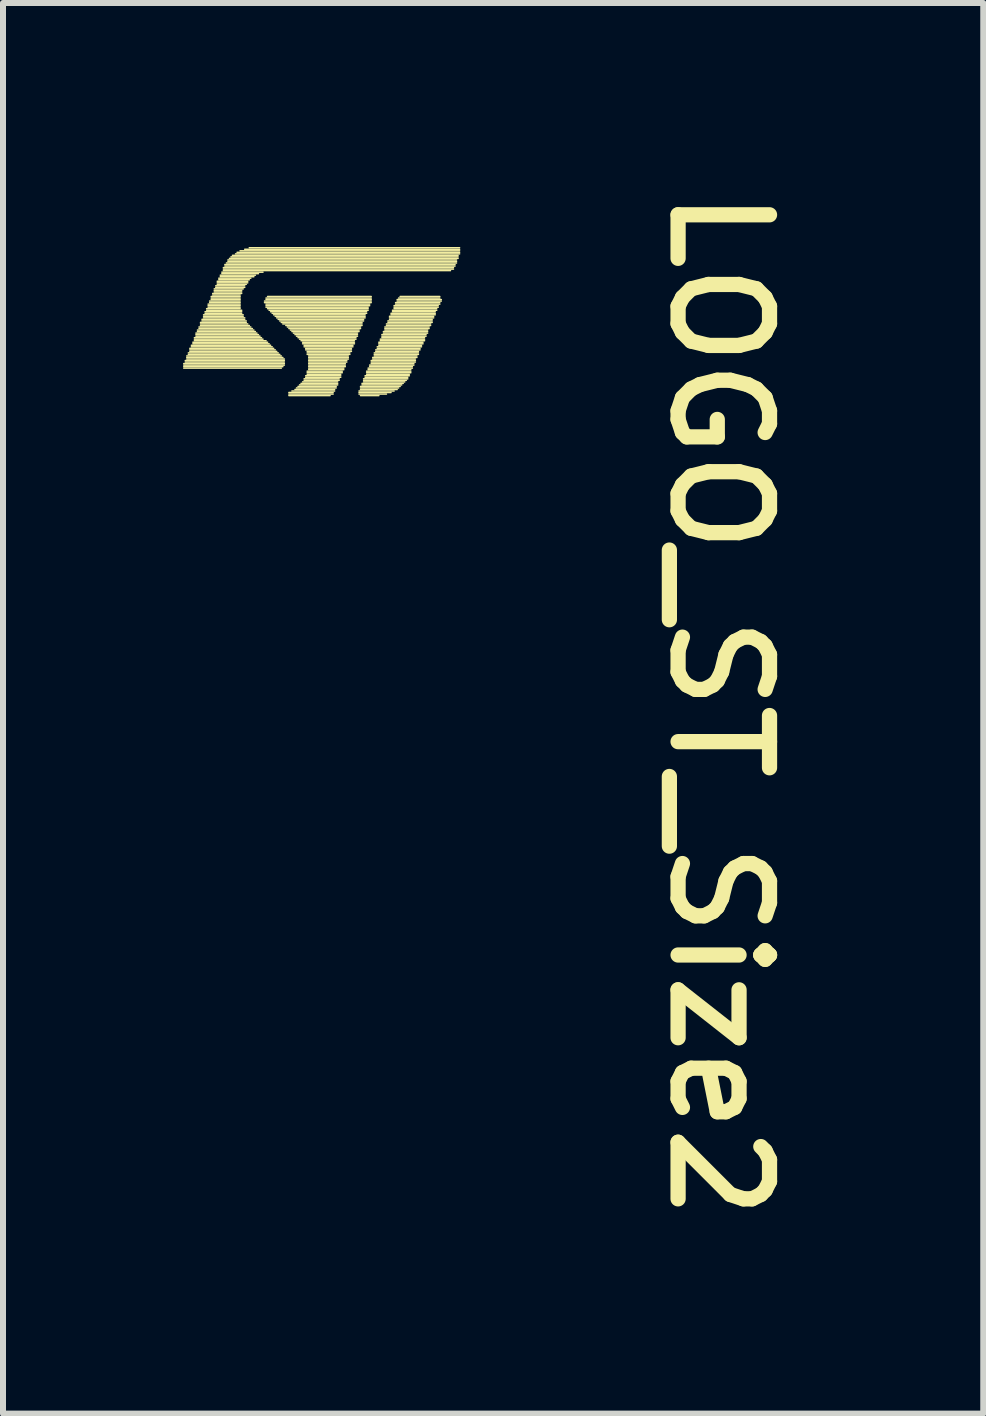
<source format=kicad_pcb>
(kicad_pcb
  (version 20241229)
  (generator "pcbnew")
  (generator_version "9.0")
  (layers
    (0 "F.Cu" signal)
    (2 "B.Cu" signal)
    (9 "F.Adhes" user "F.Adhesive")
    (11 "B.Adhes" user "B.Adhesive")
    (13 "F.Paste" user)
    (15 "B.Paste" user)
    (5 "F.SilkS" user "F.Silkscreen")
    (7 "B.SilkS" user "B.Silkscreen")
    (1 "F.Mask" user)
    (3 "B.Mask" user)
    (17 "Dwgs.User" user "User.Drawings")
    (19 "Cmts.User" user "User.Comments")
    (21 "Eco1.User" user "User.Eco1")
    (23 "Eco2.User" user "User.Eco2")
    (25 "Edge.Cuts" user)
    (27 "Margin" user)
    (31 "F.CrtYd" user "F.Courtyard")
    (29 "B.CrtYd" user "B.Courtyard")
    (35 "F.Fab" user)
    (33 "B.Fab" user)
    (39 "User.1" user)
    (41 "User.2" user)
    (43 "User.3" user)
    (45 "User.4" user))
  (footprint "LOGO_ST_Size2"
    (layer "F.Cu")
    (at 2.324 2.324)
    (property "Reference" "LOGO_ST_Size2" (at 5.728 -2.324 270) (unlocked yes) (layer "F.SilkS") (effects (font (size 1.524 1.524) (thickness 0.254)) (justify left bottom)))
    (fp_line (start -2.311 0.686) (end -0.635 0.686) (stroke (width 0.025) (type solid)) (layer "F.SilkS"))
    (fp_line (start -2.311 0.711) (end -0.635 0.711) (stroke (width 0.025) (type solid)) (layer "F.SilkS"))
    (fp_line (start -2.311 0.737) (end -0.66 0.737) (stroke (width 0.025) (type solid)) (layer "F.SilkS"))
    (fp_line (start -2.311 0.762) (end -0.686 0.762) (stroke (width 0.025) (type solid)) (layer "F.SilkS"))
    (fp_line (start -2.286 0.635) (end -0.635 0.635) (stroke (width 0.025) (type solid)) (layer "F.SilkS"))
    (fp_line (start -2.286 0.66) (end -0.635 0.66) (stroke (width 0.025) (type solid)) (layer "F.SilkS"))
    (fp_line (start -2.261 0.559) (end -0.686 0.559) (stroke (width 0.025) (type solid)) (layer "F.SilkS"))
    (fp_line (start -2.261 0.584) (end -0.66 0.584) (stroke (width 0.025) (type solid)) (layer "F.SilkS"))
    (fp_line (start -2.261 0.61) (end -0.635 0.61) (stroke (width 0.025) (type solid)) (layer "F.SilkS"))
    (fp_line (start -2.235 0.508) (end -0.737 0.508) (stroke (width 0.025) (type solid)) (layer "F.SilkS"))
    (fp_line (start -2.235 0.533) (end -0.711 0.533) (stroke (width 0.025) (type solid)) (layer "F.SilkS"))
    (fp_line (start -2.21 0.432) (end -0.813 0.432) (stroke (width 0.025) (type solid)) (layer "F.SilkS"))
    (fp_line (start -2.21 0.457) (end -0.787 0.457) (stroke (width 0.025) (type solid)) (layer "F.SilkS"))
    (fp_line (start -2.21 0.483) (end -0.762 0.483) (stroke (width 0.025) (type solid)) (layer "F.SilkS"))
    (fp_line (start -2.184 0.381) (end -0.864 0.381) (stroke (width 0.025) (type solid)) (layer "F.SilkS"))
    (fp_line (start -2.184 0.406) (end -0.838 0.406) (stroke (width 0.025) (type solid)) (layer "F.SilkS"))
    (fp_line (start -2.159 0.33) (end -0.914 0.33) (stroke (width 0.025) (type solid)) (layer "F.SilkS"))
    (fp_line (start -2.159 0.356) (end -0.889 0.356) (stroke (width 0.025) (type solid)) (layer "F.SilkS"))
    (fp_line (start -2.134 0.254) (end -1.016 0.254) (stroke (width 0.025) (type solid)) (layer "F.SilkS"))
    (fp_line (start -2.134 0.279) (end -0.991 0.279) (stroke (width 0.025) (type solid)) (layer "F.SilkS"))
    (fp_line (start -2.134 0.305) (end -0.94 0.305) (stroke (width 0.025) (type solid)) (layer "F.SilkS"))
    (fp_line (start -2.108 0.178) (end -1.092 0.178) (stroke (width 0.025) (type solid)) (layer "F.SilkS"))
    (fp_line (start -2.108 0.203) (end -1.067 0.203) (stroke (width 0.025) (type solid)) (layer "F.SilkS"))
    (fp_line (start -2.108 0.229) (end -1.041 0.229) (stroke (width 0.025) (type solid)) (layer "F.SilkS"))
    (fp_line (start -2.083 0.127) (end -1.143 0.127) (stroke (width 0.025) (type solid)) (layer "F.SilkS"))
    (fp_line (start -2.083 0.152) (end -1.118 0.152) (stroke (width 0.025) (type solid)) (layer "F.SilkS"))
    (fp_line (start -2.057 0.076) (end -1.194 0.076) (stroke (width 0.025) (type solid)) (layer "F.SilkS"))
    (fp_line (start -2.057 0.102) (end -1.168 0.102) (stroke (width 0.025) (type solid)) (layer "F.SilkS"))
    (fp_line (start -2.032 0) (end -1.27 0) (stroke (width 0.025) (type solid)) (layer "F.SilkS"))
    (fp_line (start -2.032 0.025) (end -1.245 0.025) (stroke (width 0.025) (type solid)) (layer "F.SilkS"))
    (fp_line (start -2.032 0.051) (end -1.219 0.051) (stroke (width 0.025) (type solid)) (layer "F.SilkS"))
    (fp_line (start -2.007 -0.051) (end -1.295 -0.051) (stroke (width 0.025) (type solid)) (layer "F.SilkS"))
    (fp_line (start -2.007 -0.025) (end -1.27 -0.025) (stroke (width 0.025) (type solid)) (layer "F.SilkS"))
    (fp_line (start -1.981 -0.127) (end -1.321 -0.127) (stroke (width 0.025) (type solid)) (layer "F.SilkS"))
    (fp_line (start -1.981 -0.102) (end -1.321 -0.102) (stroke (width 0.025) (type solid)) (layer "F.SilkS"))
    (fp_line (start -1.981 -0.076) (end -1.295 -0.076) (stroke (width 0.025) (type solid)) (layer "F.SilkS"))
    (fp_line (start -1.956 -0.178) (end -1.346 -0.178) (stroke (width 0.025) (type solid)) (layer "F.SilkS"))
    (fp_line (start -1.956 -0.152) (end -1.346 -0.152) (stroke (width 0.025) (type solid)) (layer "F.SilkS"))
    (fp_line (start -1.93 -0.229) (end -1.372 -0.229) (stroke (width 0.025) (type solid)) (layer "F.SilkS"))
    (fp_line (start -1.93 -0.203) (end -1.346 -0.203) (stroke (width 0.025) (type solid)) (layer "F.SilkS"))
    (fp_line (start -1.905 -0.305) (end -1.372 -0.305) (stroke (width 0.025) (type solid)) (layer "F.SilkS"))
    (fp_line (start -1.905 -0.279) (end -1.372 -0.279) (stroke (width 0.025) (type solid)) (layer "F.SilkS"))
    (fp_line (start -1.905 -0.254) (end -1.372 -0.254) (stroke (width 0.025) (type solid)) (layer "F.SilkS"))
    (fp_line (start -1.88 -0.356) (end -1.372 -0.356) (stroke (width 0.025) (type solid)) (layer "F.SilkS"))
    (fp_line (start -1.88 -0.33) (end -1.372 -0.33) (stroke (width 0.025) (type solid)) (layer "F.SilkS"))
    (fp_line (start -1.854 -0.432) (end -1.372 -0.432) (stroke (width 0.025) (type solid)) (layer "F.SilkS"))
    (fp_line (start -1.854 -0.406) (end -1.372 -0.406) (stroke (width 0.025) (type solid)) (layer "F.SilkS"))
    (fp_line (start -1.854 -0.381) (end -1.372 -0.381) (stroke (width 0.025) (type solid)) (layer "F.SilkS"))
    (fp_line (start -1.829 -0.483) (end -1.346 -0.483) (stroke (width 0.025) (type solid)) (layer "F.SilkS"))
    (fp_line (start -1.829 -0.457) (end -1.372 -0.457) (stroke (width 0.025) (type solid)) (layer "F.SilkS"))
    (fp_line (start -1.803 -0.559) (end -1.321 -0.559) (stroke (width 0.025) (type solid)) (layer "F.SilkS"))
    (fp_line (start -1.803 -0.533) (end -1.346 -0.533) (stroke (width 0.025) (type solid)) (layer "F.SilkS"))
    (fp_line (start -1.803 -0.508) (end -1.346 -0.508) (stroke (width 0.025) (type solid)) (layer "F.SilkS"))
    (fp_line (start -1.778 -0.61) (end -1.295 -0.61) (stroke (width 0.025) (type solid)) (layer "F.SilkS"))
    (fp_line (start -1.778 -0.584) (end -1.295 -0.584) (stroke (width 0.025) (type solid)) (layer "F.SilkS"))
    (fp_line (start -1.753 -0.686) (end -1.245 -0.686) (stroke (width 0.025) (type solid)) (layer "F.SilkS"))
    (fp_line (start -1.753 -0.66) (end -1.245 -0.66) (stroke (width 0.025) (type solid)) (layer "F.SilkS"))
    (fp_line (start -1.753 -0.635) (end -1.27 -0.635) (stroke (width 0.025) (type solid)) (layer "F.SilkS"))
    (fp_line (start -1.727 -0.737) (end -1.194 -0.737) (stroke (width 0.025) (type solid)) (layer "F.SilkS"))
    (fp_line (start -1.727 -0.711) (end -1.219 -0.711) (stroke (width 0.025) (type solid)) (layer "F.SilkS"))
    (fp_line (start -1.702 -0.787) (end -1.118 -0.787) (stroke (width 0.025) (type solid)) (layer "F.SilkS"))
    (fp_line (start -1.702 -0.762) (end -1.143 -0.762) (stroke (width 0.025) (type solid)) (layer "F.SilkS"))
    (fp_line (start -1.676 -0.838) (end -0.991 -0.838) (stroke (width 0.025) (type solid)) (layer "F.SilkS"))
    (fp_line (start -1.676 -0.813) (end -1.067 -0.813) (stroke (width 0.025) (type solid)) (layer "F.SilkS"))
    (fp_line (start -1.651 -0.914) (end 2.184 -0.914) (stroke (width 0.025) (type solid)) (layer "F.SilkS"))
    (fp_line (start -1.651 -0.889) (end 2.184 -0.889) (stroke (width 0.025) (type solid)) (layer "F.SilkS"))
    (fp_line (start -1.651 -0.864) (end 2.134 -0.864) (stroke (width 0.025) (type solid)) (layer "F.SilkS"))
    (fp_line (start -1.626 -0.965) (end 2.21 -0.965) (stroke (width 0.025) (type solid)) (layer "F.SilkS"))
    (fp_line (start -1.626 -0.94) (end 2.21 -0.94) (stroke (width 0.025) (type solid)) (layer "F.SilkS"))
    (fp_line (start -1.6 -0.991) (end 2.235 -0.991) (stroke (width 0.025) (type solid)) (layer "F.SilkS"))
    (fp_line (start -1.575 -1.041) (end 2.235 -1.041) (stroke (width 0.025) (type solid)) (layer "F.SilkS"))
    (fp_line (start -1.575 -1.016) (end 2.235 -1.016) (stroke (width 0.025) (type solid)) (layer "F.SilkS"))
    (fp_line (start -1.549 -1.067) (end 2.261 -1.067) (stroke (width 0.025) (type solid)) (layer "F.SilkS"))
    (fp_line (start -1.524 -1.092) (end 2.261 -1.092) (stroke (width 0.025) (type solid)) (layer "F.SilkS"))
    (fp_line (start -1.499 -1.118) (end 2.261 -1.118) (stroke (width 0.025) (type solid)) (layer "F.SilkS"))
    (fp_line (start -1.448 -1.143) (end 2.286 -1.143) (stroke (width 0.025) (type solid)) (layer "F.SilkS"))
    (fp_line (start -1.422 -1.168) (end 2.286 -1.168) (stroke (width 0.025) (type solid)) (layer "F.SilkS"))
    (fp_line (start -1.372 -1.194) (end 2.286 -1.194) (stroke (width 0.025) (type solid)) (layer "F.SilkS"))
    (fp_line (start -1.295 -1.219) (end 2.286 -1.219) (stroke (width 0.025) (type solid)) (layer "F.SilkS"))
    (fp_line (start -1.219 -1.245) (end 2.286 -1.245) (stroke (width 0.025) (type solid)) (layer "F.SilkS"))
    (fp_line (start -0.965 -0.356) (end 0.813 -0.356) (stroke (width 0.025) (type solid)) (layer "F.SilkS"))
    (fp_line (start -0.965 -0.33) (end 0.813 -0.33) (stroke (width 0.025) (type solid)) (layer "F.SilkS"))
    (fp_line (start -0.94 -0.406) (end 0.813 -0.406) (stroke (width 0.025) (type solid)) (layer "F.SilkS"))
    (fp_line (start -0.94 -0.381) (end 0.813 -0.381) (stroke (width 0.025) (type solid)) (layer "F.SilkS"))
    (fp_line (start -0.94 -0.305) (end 0.787 -0.305) (stroke (width 0.025) (type solid)) (layer "F.SilkS"))
    (fp_line (start -0.94 -0.279) (end 0.787 -0.279) (stroke (width 0.025) (type solid)) (layer "F.SilkS"))
    (fp_line (start -0.94 -0.254) (end 0.762 -0.254) (stroke (width 0.025) (type solid)) (layer "F.SilkS"))
    (fp_line (start -0.914 -0.432) (end 0.813 -0.432) (stroke (width 0.025) (type solid)) (layer "F.SilkS"))
    (fp_line (start -0.914 -0.229) (end 0.762 -0.229) (stroke (width 0.025) (type solid)) (layer "F.SilkS"))
    (fp_line (start -0.889 -0.203) (end 0.762 -0.203) (stroke (width 0.025) (type solid)) (layer "F.SilkS"))
    (fp_line (start -0.864 -0.178) (end 0.737 -0.178) (stroke (width 0.025) (type solid)) (layer "F.SilkS"))
    (fp_line (start -0.838 -0.152) (end 0.737 -0.152) (stroke (width 0.025) (type solid)) (layer "F.SilkS"))
    (fp_line (start -0.813 -0.127) (end 0.711 -0.127) (stroke (width 0.025) (type solid)) (layer "F.SilkS"))
    (fp_line (start -0.787 -0.102) (end 0.711 -0.102) (stroke (width 0.025) (type solid)) (layer "F.SilkS"))
    (fp_line (start -0.762 -0.076) (end 0.711 -0.076) (stroke (width 0.025) (type solid)) (layer "F.SilkS"))
    (fp_line (start -0.737 -0.051) (end 0.686 -0.051) (stroke (width 0.025) (type solid)) (layer "F.SilkS"))
    (fp_line (start -0.711 -0.025) (end 0.686 -0.025) (stroke (width 0.025) (type solid)) (layer "F.SilkS"))
    (fp_line (start -0.686 0) (end 0.66 0) (stroke (width 0.025) (type solid)) (layer "F.SilkS"))
    (fp_line (start -0.66 0.025) (end 0.66 0.025) (stroke (width 0.025) (type solid)) (layer "F.SilkS"))
    (fp_line (start -0.61 0.051) (end 0.66 0.051) (stroke (width 0.025) (type solid)) (layer "F.SilkS"))
    (fp_line (start -0.584 0.076) (end 0.635 0.076) (stroke (width 0.025) (type solid)) (layer "F.SilkS"))
    (fp_line (start -0.559 0.102) (end 0.635 0.102) (stroke (width 0.025) (type solid)) (layer "F.SilkS"))
    (fp_line (start -0.559 1.168) (end 0.178 1.168) (stroke (width 0.025) (type solid)) (layer "F.SilkS"))
    (fp_line (start -0.559 1.194) (end 0.178 1.194) (stroke (width 0.025) (type solid)) (layer "F.SilkS"))
    (fp_line (start -0.559 1.219) (end 0.127 1.219) (stroke (width 0.025) (type solid)) (layer "F.SilkS"))
    (fp_line (start -0.533 0.127) (end 0.61 0.127) (stroke (width 0.025) (type solid)) (layer "F.SilkS"))
    (fp_line (start -0.508 0.152) (end 0.61 0.152) (stroke (width 0.025) (type solid)) (layer "F.SilkS"))
    (fp_line (start -0.508 1.143) (end 0.203 1.143) (stroke (width 0.025) (type solid)) (layer "F.SilkS"))
    (fp_line (start -0.483 0.178) (end 0.584 0.178) (stroke (width 0.025) (type solid)) (layer "F.SilkS"))
    (fp_line (start -0.457 0.203) (end 0.584 0.203) (stroke (width 0.025) (type solid)) (layer "F.SilkS"))
    (fp_line (start -0.457 1.118) (end 0.203 1.118) (stroke (width 0.025) (type solid)) (layer "F.SilkS"))
    (fp_line (start -0.432 0.229) (end 0.584 0.229) (stroke (width 0.025) (type solid)) (layer "F.SilkS"))
    (fp_line (start -0.432 1.092) (end 0.229 1.092) (stroke (width 0.025) (type solid)) (layer "F.SilkS"))
    (fp_line (start -0.406 0.254) (end 0.559 0.254) (stroke (width 0.025) (type solid)) (layer "F.SilkS"))
    (fp_line (start -0.406 1.067) (end 0.229 1.067) (stroke (width 0.025) (type solid)) (layer "F.SilkS"))
    (fp_line (start -0.381 0.279) (end 0.559 0.279) (stroke (width 0.025) (type solid)) (layer "F.SilkS"))
    (fp_line (start -0.381 1.041) (end 0.254 1.041) (stroke (width 0.025) (type solid)) (layer "F.SilkS"))
    (fp_line (start -0.356 0.305) (end 0.533 0.305) (stroke (width 0.025) (type solid)) (layer "F.SilkS"))
    (fp_line (start -0.356 1.016) (end 0.254 1.016) (stroke (width 0.025) (type solid)) (layer "F.SilkS"))
    (fp_line (start -0.33 0.33) (end 0.533 0.33) (stroke (width 0.025) (type solid)) (layer "F.SilkS"))
    (fp_line (start -0.33 0.356) (end 0.533 0.356) (stroke (width 0.025) (type solid)) (layer "F.SilkS"))
    (fp_line (start -0.33 0.991) (end 0.254 0.991) (stroke (width 0.025) (type solid)) (layer "F.SilkS"))
    (fp_line (start -0.305 0.381) (end 0.508 0.381) (stroke (width 0.025) (type solid)) (layer "F.SilkS"))
    (fp_line (start -0.305 0.406) (end 0.508 0.406) (stroke (width 0.025) (type solid)) (layer "F.SilkS"))
    (fp_line (start -0.305 0.94) (end 0.279 0.94) (stroke (width 0.025) (type solid)) (layer "F.SilkS"))
    (fp_line (start -0.305 0.965) (end 0.279 0.965) (stroke (width 0.025) (type solid)) (layer "F.SilkS"))
    (fp_line (start -0.279 0.432) (end 0.483 0.432) (stroke (width 0.025) (type solid)) (layer "F.SilkS"))
    (fp_line (start -0.279 0.457) (end 0.483 0.457) (stroke (width 0.025) (type solid)) (layer "F.SilkS"))
    (fp_line (start -0.279 0.889) (end 0.305 0.889) (stroke (width 0.025) (type solid)) (layer "F.SilkS"))
    (fp_line (start -0.279 0.914) (end 0.305 0.914) (stroke (width 0.025) (type solid)) (layer "F.SilkS"))
    (fp_line (start -0.254 0.483) (end 0.483 0.483) (stroke (width 0.025) (type solid)) (layer "F.SilkS"))
    (fp_line (start -0.254 0.508) (end 0.457 0.508) (stroke (width 0.025) (type solid)) (layer "F.SilkS"))
    (fp_line (start -0.254 0.533) (end 0.457 0.533) (stroke (width 0.025) (type solid)) (layer "F.SilkS"))
    (fp_line (start -0.254 0.813) (end 0.33 0.813) (stroke (width 0.025) (type solid)) (layer "F.SilkS"))
    (fp_line (start -0.254 0.838) (end 0.33 0.838) (stroke (width 0.025) (type solid)) (layer "F.SilkS"))
    (fp_line (start -0.254 0.864) (end 0.305 0.864) (stroke (width 0.025) (type solid)) (layer "F.SilkS"))
    (fp_line (start -0.229 0.559) (end 0.432 0.559) (stroke (width 0.025) (type solid)) (layer "F.SilkS"))
    (fp_line (start -0.229 0.584) (end 0.432 0.584) (stroke (width 0.025) (type solid)) (layer "F.SilkS"))
    (fp_line (start -0.229 0.61) (end 0.432 0.61) (stroke (width 0.025) (type solid)) (layer "F.SilkS"))
    (fp_line (start -0.229 0.635) (end 0.406 0.635) (stroke (width 0.025) (type solid)) (layer "F.SilkS"))
    (fp_line (start -0.229 0.66) (end 0.406 0.66) (stroke (width 0.025) (type solid)) (layer "F.SilkS"))
    (fp_line (start -0.229 0.686) (end 0.381 0.686) (stroke (width 0.025) (type solid)) (layer "F.SilkS"))
    (fp_line (start -0.229 0.711) (end 0.381 0.711) (stroke (width 0.025) (type solid)) (layer "F.SilkS"))
    (fp_line (start -0.229 0.737) (end 0.381 0.737) (stroke (width 0.025) (type solid)) (layer "F.SilkS"))
    (fp_line (start -0.229 0.762) (end 0.356 0.762) (stroke (width 0.025) (type solid)) (layer "F.SilkS"))
    (fp_line (start -0.229 0.787) (end 0.356 0.787) (stroke (width 0.025) (type solid)) (layer "F.SilkS"))
    (fp_line (start 0.61 1.143) (end 1.194 1.143) (stroke (width 0.025) (type solid)) (layer "F.SilkS"))
    (fp_line (start 0.61 1.168) (end 1.143 1.168) (stroke (width 0.025) (type solid)) (layer "F.SilkS"))
    (fp_line (start 0.61 1.194) (end 1.067 1.194) (stroke (width 0.025) (type solid)) (layer "F.SilkS"))
    (fp_line (start 0.635 1.067) (end 1.295 1.067) (stroke (width 0.025) (type solid)) (layer "F.SilkS"))
    (fp_line (start 0.635 1.092) (end 1.27 1.092) (stroke (width 0.025) (type solid)) (layer "F.SilkS"))
    (fp_line (start 0.635 1.118) (end 1.245 1.118) (stroke (width 0.025) (type solid)) (layer "F.SilkS"))
    (fp_line (start 0.635 1.219) (end 0.94 1.219) (stroke (width 0.025) (type solid)) (layer "F.SilkS"))
    (fp_line (start 0.66 1.016) (end 1.346 1.016) (stroke (width 0.025) (type solid)) (layer "F.SilkS"))
    (fp_line (start 0.66 1.041) (end 1.321 1.041) (stroke (width 0.025) (type solid)) (layer "F.SilkS"))
    (fp_line (start 0.686 0.94) (end 1.422 0.94) (stroke (width 0.025) (type solid)) (layer "F.SilkS"))
    (fp_line (start 0.686 0.965) (end 1.397 0.965) (stroke (width 0.025) (type solid)) (layer "F.SilkS"))
    (fp_line (start 0.686 0.991) (end 1.372 0.991) (stroke (width 0.025) (type solid)) (layer "F.SilkS"))
    (fp_line (start 0.711 0.889) (end 1.448 0.889) (stroke (width 0.025) (type solid)) (layer "F.SilkS"))
    (fp_line (start 0.711 0.914) (end 1.422 0.914) (stroke (width 0.025) (type solid)) (layer "F.SilkS"))
    (fp_line (start 0.737 0.813) (end 1.473 0.813) (stroke (width 0.025) (type solid)) (layer "F.SilkS"))
    (fp_line (start 0.737 0.838) (end 1.473 0.838) (stroke (width 0.025) (type solid)) (layer "F.SilkS"))
    (fp_line (start 0.737 0.864) (end 1.448 0.864) (stroke (width 0.025) (type solid)) (layer "F.SilkS"))
    (fp_line (start 0.762 0.762) (end 1.499 0.762) (stroke (width 0.025) (type solid)) (layer "F.SilkS"))
    (fp_line (start 0.762 0.787) (end 1.473 0.787) (stroke (width 0.025) (type solid)) (layer "F.SilkS"))
    (fp_line (start 0.787 0.711) (end 1.524 0.711) (stroke (width 0.025) (type solid)) (layer "F.SilkS"))
    (fp_line (start 0.787 0.737) (end 1.499 0.737) (stroke (width 0.025) (type solid)) (layer "F.SilkS"))
    (fp_line (start 0.813 0.635) (end 1.549 0.635) (stroke (width 0.025) (type solid)) (layer "F.SilkS"))
    (fp_line (start 0.813 0.66) (end 1.549 0.66) (stroke (width 0.025) (type solid)) (layer "F.SilkS"))
    (fp_line (start 0.813 0.686) (end 1.524 0.686) (stroke (width 0.025) (type solid)) (layer "F.SilkS"))
    (fp_line (start 0.838 0.584) (end 1.575 0.584) (stroke (width 0.025) (type solid)) (layer "F.SilkS"))
    (fp_line (start 0.838 0.61) (end 1.549 0.61) (stroke (width 0.025) (type solid)) (layer "F.SilkS"))
    (fp_line (start 0.864 0.508) (end 1.6 0.508) (stroke (width 0.025) (type solid)) (layer "F.SilkS"))
    (fp_line (start 0.864 0.533) (end 1.6 0.533) (stroke (width 0.025) (type solid)) (layer "F.SilkS"))
    (fp_line (start 0.864 0.559) (end 1.575 0.559) (stroke (width 0.025) (type solid)) (layer "F.SilkS"))
    (fp_line (start 0.889 0.457) (end 1.626 0.457) (stroke (width 0.025) (type solid)) (layer "F.SilkS"))
    (fp_line (start 0.889 0.483) (end 1.6 0.483) (stroke (width 0.025) (type solid)) (layer "F.SilkS"))
    (fp_line (start 0.914 0.406) (end 1.651 0.406) (stroke (width 0.025) (type solid)) (layer "F.SilkS"))
    (fp_line (start 0.914 0.432) (end 1.626 0.432) (stroke (width 0.025) (type solid)) (layer "F.SilkS"))
    (fp_line (start 0.94 0.33) (end 1.676 0.33) (stroke (width 0.025) (type solid)) (layer "F.SilkS"))
    (fp_line (start 0.94 0.356) (end 1.676 0.356) (stroke (width 0.025) (type solid)) (layer "F.SilkS"))
    (fp_line (start 0.94 0.381) (end 1.651 0.381) (stroke (width 0.025) (type solid)) (layer "F.SilkS"))
    (fp_line (start 0.965 0.279) (end 1.702 0.279) (stroke (width 0.025) (type solid)) (layer "F.SilkS"))
    (fp_line (start 0.965 0.305) (end 1.702 0.305) (stroke (width 0.025) (type solid)) (layer "F.SilkS"))
    (fp_line (start 0.991 0.203) (end 1.727 0.203) (stroke (width 0.025) (type solid)) (layer "F.SilkS"))
    (fp_line (start 0.991 0.229) (end 1.727 0.229) (stroke (width 0.025) (type solid)) (layer "F.SilkS"))
    (fp_line (start 0.991 0.254) (end 1.702 0.254) (stroke (width 0.025) (type solid)) (layer "F.SilkS"))
    (fp_line (start 1.016 0.152) (end 1.753 0.152) (stroke (width 0.025) (type solid)) (layer "F.SilkS"))
    (fp_line (start 1.016 0.178) (end 1.753 0.178) (stroke (width 0.025) (type solid)) (layer "F.SilkS"))
    (fp_line (start 1.041 0.076) (end 1.778 0.076) (stroke (width 0.025) (type solid)) (layer "F.SilkS"))
    (fp_line (start 1.041 0.102) (end 1.778 0.102) (stroke (width 0.025) (type solid)) (layer "F.SilkS"))
    (fp_line (start 1.041 0.127) (end 1.753 0.127) (stroke (width 0.025) (type solid)) (layer "F.SilkS"))
    (fp_line (start 1.067 0.025) (end 1.803 0.025) (stroke (width 0.025) (type solid)) (layer "F.SilkS"))
    (fp_line (start 1.067 0.051) (end 1.803 0.051) (stroke (width 0.025) (type solid)) (layer "F.SilkS"))
    (fp_line (start 1.092 -0.025) (end 1.829 -0.025) (stroke (width 0.025) (type solid)) (layer "F.SilkS"))
    (fp_line (start 1.092 0) (end 1.829 0) (stroke (width 0.025) (type solid)) (layer "F.SilkS"))
    (fp_line (start 1.118 -0.102) (end 1.854 -0.102) (stroke (width 0.025) (type solid)) (layer "F.SilkS"))
    (fp_line (start 1.118 -0.076) (end 1.854 -0.076) (stroke (width 0.025) (type solid)) (layer "F.SilkS"))
    (fp_line (start 1.118 -0.051) (end 1.829 -0.051) (stroke (width 0.025) (type solid)) (layer "F.SilkS"))
    (fp_line (start 1.143 -0.152) (end 1.88 -0.152) (stroke (width 0.025) (type solid)) (layer "F.SilkS"))
    (fp_line (start 1.143 -0.127) (end 1.88 -0.127) (stroke (width 0.025) (type solid)) (layer "F.SilkS"))
    (fp_line (start 1.168 -0.203) (end 1.905 -0.203) (stroke (width 0.025) (type solid)) (layer "F.SilkS"))
    (fp_line (start 1.168 -0.178) (end 1.88 -0.178) (stroke (width 0.025) (type solid)) (layer "F.SilkS"))
    (fp_line (start 1.194 -0.279) (end 1.93 -0.279) (stroke (width 0.025) (type solid)) (layer "F.SilkS"))
    (fp_line (start 1.194 -0.254) (end 1.93 -0.254) (stroke (width 0.025) (type solid)) (layer "F.SilkS"))
    (fp_line (start 1.194 -0.229) (end 1.905 -0.229) (stroke (width 0.025) (type solid)) (layer "F.SilkS"))
    (fp_line (start 1.219 -0.33) (end 1.956 -0.33) (stroke (width 0.025) (type solid)) (layer "F.SilkS"))
    (fp_line (start 1.219 -0.305) (end 1.956 -0.305) (stroke (width 0.025) (type solid)) (layer "F.SilkS"))
    (fp_line (start 1.245 -0.381) (end 1.981 -0.381) (stroke (width 0.025) (type solid)) (layer "F.SilkS"))
    (fp_line (start 1.245 -0.356) (end 1.981 -0.356) (stroke (width 0.025) (type solid)) (layer "F.SilkS"))
    (fp_line (start 1.27 -0.406) (end 1.956 -0.406) (stroke (width 0.025) (type solid)) (layer "F.SilkS"))
    (fp_line (start 1.295 -0.432) (end 1.956 -0.432) (stroke (width 0.025) (type solid)) (layer "F.SilkS")))
  (gr_rect
    (start -3 -3)
    (end 13.338 20.511)
    (stroke (width 0.1) (type default))
    (fill no)
    (layer "Edge.Cuts")))
</source>
